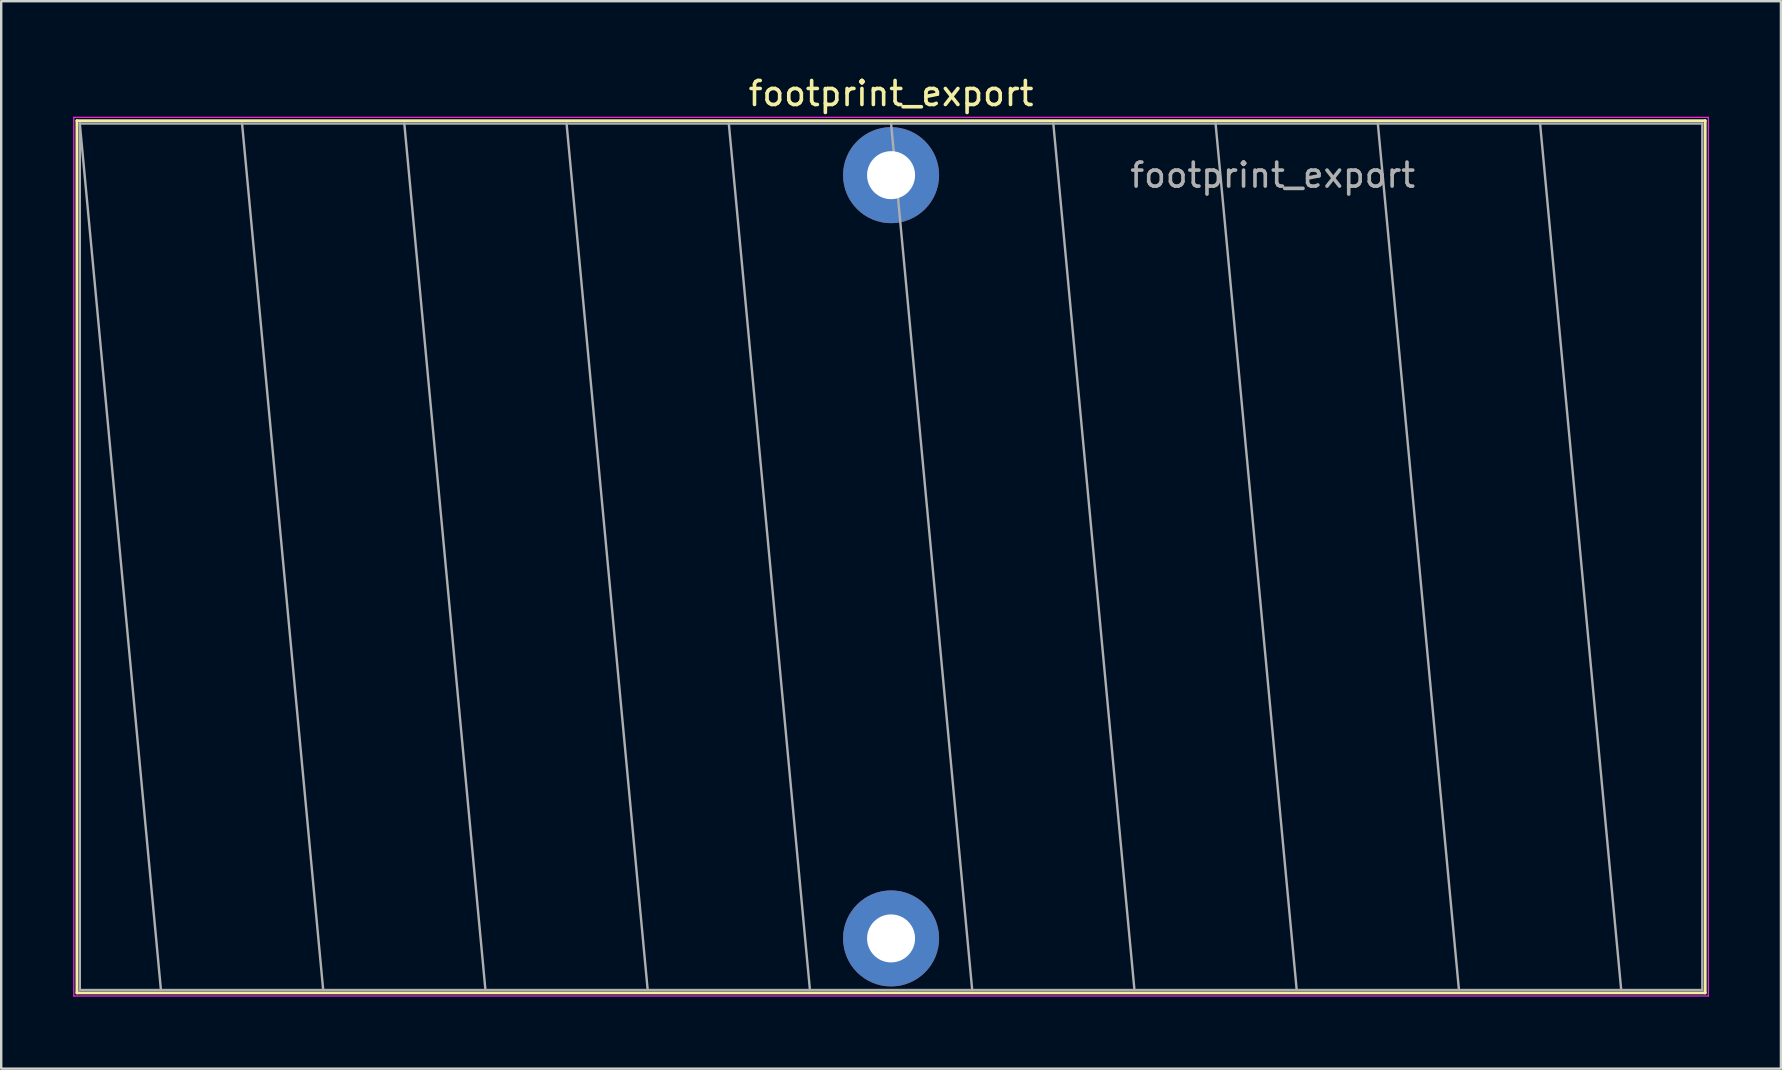
<source format=kicad_pcb>
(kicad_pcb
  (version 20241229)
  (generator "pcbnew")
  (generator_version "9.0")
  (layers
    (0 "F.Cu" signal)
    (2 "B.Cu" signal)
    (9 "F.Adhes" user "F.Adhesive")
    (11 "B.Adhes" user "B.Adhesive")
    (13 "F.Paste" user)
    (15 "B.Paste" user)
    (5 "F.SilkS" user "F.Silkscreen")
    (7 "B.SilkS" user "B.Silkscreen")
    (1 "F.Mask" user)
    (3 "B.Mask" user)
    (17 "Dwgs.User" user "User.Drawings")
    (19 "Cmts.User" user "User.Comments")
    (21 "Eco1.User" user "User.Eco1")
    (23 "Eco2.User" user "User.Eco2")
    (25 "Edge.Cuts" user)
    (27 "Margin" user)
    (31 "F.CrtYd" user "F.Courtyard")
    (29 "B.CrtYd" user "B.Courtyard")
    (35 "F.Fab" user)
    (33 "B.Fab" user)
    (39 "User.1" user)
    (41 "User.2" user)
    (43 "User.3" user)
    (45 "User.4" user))
  (footprint "footprint_export"
    (layer "F.Cu")
    (at 34.075 4.248)
    (property "Reference" "footprint_export" (at 0 -3.4 0) (layer "F.SilkS") (effects (font (size 1 1) (thickness 0.15))))
    (attr through_hole)
    (fp_line (start -33.92 -2.27) (end -33.92 34.07) (stroke (width 0.12) (type solid)) (layer "F.SilkS"))
    (fp_line (start -33.92 -2.27) (end 33.92 -2.27) (stroke (width 0.12) (type solid)) (layer "F.SilkS"))
    (fp_line (start -33.92 34.07) (end 33.92 34.07) (stroke (width 0.12) (type solid)) (layer "F.SilkS"))
    (fp_line (start 33.92 -2.27) (end 33.92 34.07) (stroke (width 0.12) (type solid)) (layer "F.SilkS"))
    (fp_line (start -34.05 -2.41) (end -34.05 34.2) (stroke (width 0.05) (type solid)) (layer "F.CrtYd"))
    (fp_line (start -34.05 34.2) (end 34.05 34.2) (stroke (width 0.05) (type solid)) (layer "F.CrtYd"))
    (fp_line (start 34.05 -2.41) (end -34.05 -2.41) (stroke (width 0.05) (type solid)) (layer "F.CrtYd"))
    (fp_line (start 34.05 34.2) (end 34.05 -2.41) (stroke (width 0.05) (type solid)) (layer "F.CrtYd"))
    (fp_line (start -33.8 -2.15) (end -33.8 33.95) (stroke (width 0.1) (type solid)) (layer "F.Fab"))
    (fp_line (start -33.8 -2.15) (end -30.42 33.95) (stroke (width 0.1) (type solid)) (layer "F.Fab"))
    (fp_line (start -33.8 33.95) (end 33.8 33.95) (stroke (width 0.1) (type solid)) (layer "F.Fab"))
    (fp_line (start -27.04 -2.15) (end -23.66 33.95) (stroke (width 0.1) (type solid)) (layer "F.Fab"))
    (fp_line (start -20.28 -2.15) (end -16.9 33.95) (stroke (width 0.1) (type solid)) (layer "F.Fab"))
    (fp_line (start -13.52 -2.15) (end -10.14 33.95) (stroke (width 0.1) (type solid)) (layer "F.Fab"))
    (fp_line (start -6.76 -2.15) (end -3.38 33.95) (stroke (width 0.1) (type solid)) (layer "F.Fab"))
    (fp_line (start 0 -2.15) (end 3.38 33.95) (stroke (width 0.1) (type solid)) (layer "F.Fab"))
    (fp_line (start 6.76 -2.15) (end 10.14 33.95) (stroke (width 0.1) (type solid)) (layer "F.Fab"))
    (fp_line (start 13.52 -2.15) (end 16.9 33.95) (stroke (width 0.1) (type solid)) (layer "F.Fab"))
    (fp_line (start 20.28 -2.15) (end 23.66 33.95) (stroke (width 0.1) (type solid)) (layer "F.Fab"))
    (fp_line (start 27.04 -2.15) (end 30.42 33.95) (stroke (width 0.1) (type solid)) (layer "F.Fab"))
    (fp_line (start 33.8 -2.15) (end -33.8 -2.15) (stroke (width 0.1) (type solid)) (layer "F.Fab"))
    (fp_line (start 33.8 33.95) (end 33.8 -2.15) (stroke (width 0.1) (type solid)) (layer "F.Fab"))
    (fp_text user "${REFERENCE}" (at 15.9 0 0) (layer "F.Fab") (effects (font (size 1 1) (thickness 0.15))))
    (pad "1" thru_hole circle (at 0 0) (size 4 4) (drill 2) (layers "*.Cu" "*.Mask"))
    (pad "2" thru_hole circle (at 0 31.8) (size 4 4) (drill 2) (layers "*.Cu" "*.Mask")))
  (gr_rect
    (start -3 -3)
    (end 71.15 41.473)
    (stroke (width 0.1) (type default))
    (fill no)
    (layer "Edge.Cuts")))
</source>
